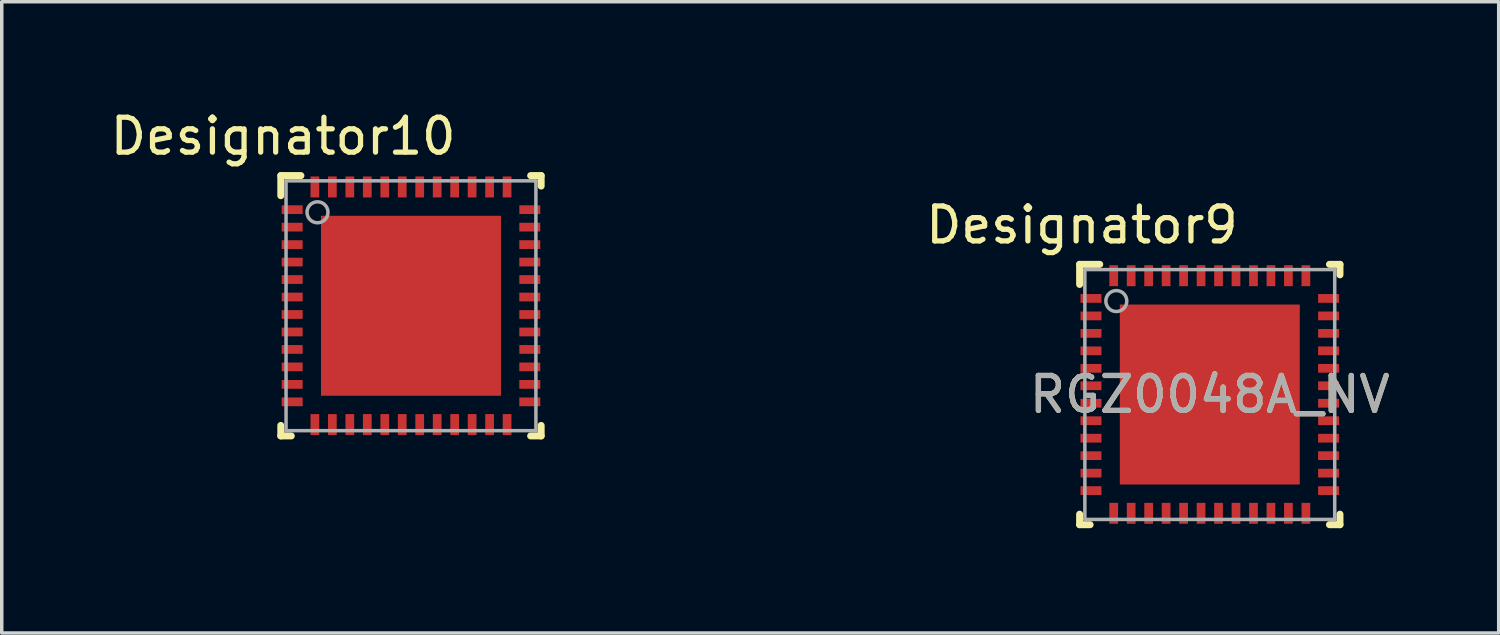
<source format=kicad_pcb>
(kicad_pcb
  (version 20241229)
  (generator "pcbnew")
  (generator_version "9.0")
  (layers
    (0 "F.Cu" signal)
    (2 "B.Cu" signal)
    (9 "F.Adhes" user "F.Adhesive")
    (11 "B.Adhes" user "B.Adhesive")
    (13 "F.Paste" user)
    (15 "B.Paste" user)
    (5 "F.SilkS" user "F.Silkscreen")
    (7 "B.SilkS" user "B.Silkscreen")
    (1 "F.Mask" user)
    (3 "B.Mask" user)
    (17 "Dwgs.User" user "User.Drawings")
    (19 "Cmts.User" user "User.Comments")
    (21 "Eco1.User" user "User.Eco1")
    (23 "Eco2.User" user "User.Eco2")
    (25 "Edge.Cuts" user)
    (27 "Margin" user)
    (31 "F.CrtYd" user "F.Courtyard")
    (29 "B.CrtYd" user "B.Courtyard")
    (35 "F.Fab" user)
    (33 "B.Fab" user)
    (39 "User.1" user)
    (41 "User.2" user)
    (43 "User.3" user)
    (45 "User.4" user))
  (footprint "RGZ0048A_NV"
    (layer "F.Cu")
    (at 31.571 8.24)
    (property "Reference" "RGZ0048A_NV" (at 0 0 0) (unlocked yes) (layer "F.SilkS") (effects (font (size 1 1) (thickness 0.15))))
    (attr smd)
    (fp_line (start -26.585 -6.265) (end -26.01 -6.265) (stroke (width 0.2) (type solid)) (layer "F.SilkS"))
    (fp_line (start -26.585 -5.69) (end -26.585 -6.265) (stroke (width 0.2) (type solid)) (layer "F.SilkS"))
    (fp_line (start -26.585 1.185) (end -26.585 0.885) (stroke (width 0.2) (type solid)) (layer "F.SilkS"))
    (fp_line (start -26.585 1.185) (end -26.285 1.185) (stroke (width 0.2) (type solid)) (layer "F.SilkS"))
    (fp_line (start -19.435 -6.265) (end -19.135 -6.265) (stroke (width 0.2) (type solid)) (layer "F.SilkS"))
    (fp_line (start -19.435 1.185) (end -19.135 1.185) (stroke (width 0.2) (type solid)) (layer "F.SilkS"))
    (fp_line (start -19.135 -5.965) (end -19.135 -6.265) (stroke (width 0.2) (type solid)) (layer "F.SilkS"))
    (fp_line (start -19.135 1.185) (end -19.135 0.885) (stroke (width 0.2) (type solid)) (layer "F.SilkS"))
    (fp_line (start -3.725 -3.725) (end -3.15 -3.725) (stroke (width 0.2) (type solid)) (layer "F.SilkS"))
    (fp_line (start -3.725 -3.15) (end -3.725 -3.725) (stroke (width 0.2) (type solid)) (layer "F.SilkS"))
    (fp_line (start -3.725 3.725) (end -3.725 3.425) (stroke (width 0.2) (type solid)) (layer "F.SilkS"))
    (fp_line (start -3.725 3.725) (end -3.425 3.725) (stroke (width 0.2) (type solid)) (layer "F.SilkS"))
    (fp_line (start 3.425 -3.725) (end 3.725 -3.725) (stroke (width 0.2) (type solid)) (layer "F.SilkS"))
    (fp_line (start 3.425 3.725) (end 3.725 3.725) (stroke (width 0.2) (type solid)) (layer "F.SilkS"))
    (fp_line (start 3.725 -3.425) (end 3.725 -3.725) (stroke (width 0.2) (type solid)) (layer "F.SilkS"))
    (fp_line (start 3.725 3.725) (end 3.725 3.425) (stroke (width 0.2) (type solid)) (layer "F.SilkS"))
    (fp_poly (pts (xy -24.22 -4.912) (xy -24.22 -3.948) (xy -24.221 -3.938) (xy -24.224 -3.929) (xy -24.228 -3.921) (xy -24.234 -3.914) (xy -24.241 -3.908) (xy -24.249 -3.904) (xy -24.258 -3.901) (xy -24.268 -3.9) (xy -25.232 -3.9) (xy -25.242 -3.901) (xy -25.251 -3.904) (xy -25.259 -3.908) (xy -25.266 -3.914) (xy -25.272 -3.921) (xy -25.276 -3.929) (xy -25.279 -3.938) (xy -25.28 -3.948) (xy -25.28 -4.912) (xy -25.279 -4.922) (xy -25.276 -4.931) (xy -25.272 -4.939) (xy -25.266 -4.946) (xy -25.259 -4.952) (xy -25.251 -4.956) (xy -25.242 -4.959) (xy -25.232 -4.96) (xy -24.268 -4.96) (xy -24.258 -4.959) (xy -24.249 -4.956) (xy -24.241 -4.952) (xy -24.234 -4.946) (xy -24.228 -4.939) (xy -24.224 -4.931) (xy -24.221 -4.922)) (stroke (width 0) (type solid)) (fill yes) (layer "F.Paste"))
    (fp_poly (pts (xy -24.22 -3.652) (xy -24.22 -2.688) (xy -24.221 -2.678) (xy -24.224 -2.669) (xy -24.228 -2.661) (xy -24.234 -2.654) (xy -24.241 -2.648) (xy -24.249 -2.644) (xy -24.258 -2.641) (xy -24.268 -2.64) (xy -25.232 -2.64) (xy -25.242 -2.641) (xy -25.251 -2.644) (xy -25.259 -2.648) (xy -25.266 -2.654) (xy -25.272 -2.661) (xy -25.276 -2.669) (xy -25.279 -2.678) (xy -25.28 -2.688) (xy -25.28 -3.652) (xy -25.279 -3.662) (xy -25.276 -3.671) (xy -25.272 -3.679) (xy -25.266 -3.686) (xy -25.259 -3.692) (xy -25.251 -3.696) (xy -25.242 -3.699) (xy -25.232 -3.7) (xy -24.268 -3.7) (xy -24.258 -3.699) (xy -24.249 -3.696) (xy -24.241 -3.692) (xy -24.234 -3.686) (xy -24.228 -3.679) (xy -24.224 -3.671) (xy -24.221 -3.662)) (stroke (width 0) (type solid)) (fill yes) (layer "F.Paste"))
    (fp_poly (pts (xy -24.22 -2.392) (xy -24.22 -1.428) (xy -24.221 -1.418) (xy -24.224 -1.409) (xy -24.228 -1.401) (xy -24.234 -1.394) (xy -24.241 -1.388) (xy -24.249 -1.384) (xy -24.258 -1.381) (xy -24.268 -1.38) (xy -25.232 -1.38) (xy -25.242 -1.381) (xy -25.251 -1.384) (xy -25.259 -1.388) (xy -25.266 -1.394) (xy -25.272 -1.401) (xy -25.276 -1.409) (xy -25.279 -1.418) (xy -25.28 -1.428) (xy -25.28 -2.392) (xy -25.279 -2.402) (xy -25.276 -2.411) (xy -25.272 -2.419) (xy -25.266 -2.426) (xy -25.259 -2.432) (xy -25.251 -2.436) (xy -25.242 -2.439) (xy -25.232 -2.44) (xy -24.268 -2.44) (xy -24.258 -2.439) (xy -24.249 -2.436) (xy -24.241 -2.432) (xy -24.234 -2.426) (xy -24.228 -2.419) (xy -24.224 -2.411) (xy -24.221 -2.402)) (stroke (width 0) (type solid)) (fill yes) (layer "F.Paste"))
    (fp_poly (pts (xy -24.22 -1.132) (xy -24.22 -0.168) (xy -24.221 -0.158) (xy -24.224 -0.149) (xy -24.228 -0.141) (xy -24.234 -0.134) (xy -24.241 -0.128) (xy -24.249 -0.124) (xy -24.258 -0.121) (xy -24.268 -0.12) (xy -25.232 -0.12) (xy -25.242 -0.121) (xy -25.251 -0.124) (xy -25.259 -0.128) (xy -25.266 -0.134) (xy -25.272 -0.141) (xy -25.276 -0.149) (xy -25.279 -0.158) (xy -25.28 -0.168) (xy -25.28 -1.132) (xy -25.279 -1.142) (xy -25.276 -1.151) (xy -25.272 -1.159) (xy -25.266 -1.166) (xy -25.259 -1.172) (xy -25.251 -1.176) (xy -25.242 -1.179) (xy -25.232 -1.18) (xy -24.268 -1.18) (xy -24.258 -1.179) (xy -24.249 -1.176) (xy -24.241 -1.172) (xy -24.234 -1.166) (xy -24.228 -1.159) (xy -24.224 -1.151) (xy -24.221 -1.142)) (stroke (width 0) (type solid)) (fill yes) (layer "F.Paste"))
    (fp_poly (pts (xy -22.96 -4.912) (xy -22.96 -3.948) (xy -22.961 -3.938) (xy -22.964 -3.929) (xy -22.968 -3.921) (xy -22.974 -3.914) (xy -22.981 -3.908) (xy -22.989 -3.904) (xy -22.998 -3.901) (xy -23.008 -3.9) (xy -23.972 -3.9) (xy -23.982 -3.901) (xy -23.991 -3.904) (xy -23.999 -3.908) (xy -24.006 -3.914) (xy -24.012 -3.921) (xy -24.016 -3.929) (xy -24.019 -3.938) (xy -24.02 -3.948) (xy -24.02 -4.912) (xy -24.019 -4.922) (xy -24.016 -4.931) (xy -24.012 -4.939) (xy -24.006 -4.946) (xy -23.999 -4.952) (xy -23.991 -4.956) (xy -23.982 -4.959) (xy -23.972 -4.96) (xy -23.008 -4.96) (xy -22.998 -4.959) (xy -22.989 -4.956) (xy -22.981 -4.952) (xy -22.974 -4.946) (xy -22.968 -4.939) (xy -22.964 -4.931) (xy -22.961 -4.922)) (stroke (width 0) (type solid)) (fill yes) (layer "F.Paste"))
    (fp_poly (pts (xy -22.96 -3.652) (xy -22.96 -2.688) (xy -22.961 -2.678) (xy -22.964 -2.669) (xy -22.968 -2.661) (xy -22.974 -2.654) (xy -22.981 -2.648) (xy -22.989 -2.644) (xy -22.998 -2.641) (xy -23.008 -2.64) (xy -23.972 -2.64) (xy -23.982 -2.641) (xy -23.991 -2.644) (xy -23.999 -2.648) (xy -24.006 -2.654) (xy -24.012 -2.661) (xy -24.016 -2.669) (xy -24.019 -2.678) (xy -24.02 -2.688) (xy -24.02 -3.652) (xy -24.019 -3.662) (xy -24.016 -3.671) (xy -24.012 -3.679) (xy -24.006 -3.686) (xy -23.999 -3.692) (xy -23.991 -3.696) (xy -23.982 -3.699) (xy -23.972 -3.7) (xy -23.008 -3.7) (xy -22.998 -3.699) (xy -22.989 -3.696) (xy -22.981 -3.692) (xy -22.974 -3.686) (xy -22.968 -3.679) (xy -22.964 -3.671) (xy -22.961 -3.662)) (stroke (width 0) (type solid)) (fill yes) (layer "F.Paste"))
    (fp_poly (pts (xy -22.96 -2.392) (xy -22.96 -1.428) (xy -22.961 -1.418) (xy -22.964 -1.409) (xy -22.968 -1.401) (xy -22.974 -1.394) (xy -22.981 -1.388) (xy -22.989 -1.384) (xy -22.998 -1.381) (xy -23.008 -1.38) (xy -23.972 -1.38) (xy -23.982 -1.381) (xy -23.991 -1.384) (xy -23.999 -1.388) (xy -24.006 -1.394) (xy -24.012 -1.401) (xy -24.016 -1.409) (xy -24.019 -1.418) (xy -24.02 -1.428) (xy -24.02 -2.392) (xy -24.019 -2.402) (xy -24.016 -2.411) (xy -24.012 -2.419) (xy -24.006 -2.426) (xy -23.999 -2.432) (xy -23.991 -2.436) (xy -23.982 -2.439) (xy -23.972 -2.44) (xy -23.008 -2.44) (xy -22.998 -2.439) (xy -22.989 -2.436) (xy -22.981 -2.432) (xy -22.974 -2.426) (xy -22.968 -2.419) (xy -22.964 -2.411) (xy -22.961 -2.402)) (stroke (width 0) (type solid)) (fill yes) (layer "F.Paste"))
    (fp_poly (pts (xy -22.96 -1.132) (xy -22.96 -0.168) (xy -22.961 -0.158) (xy -22.964 -0.149) (xy -22.968 -0.141) (xy -22.974 -0.134) (xy -22.981 -0.128) (xy -22.989 -0.124) (xy -22.998 -0.121) (xy -23.008 -0.12) (xy -23.972 -0.12) (xy -23.982 -0.121) (xy -23.991 -0.124) (xy -23.999 -0.128) (xy -24.006 -0.134) (xy -24.012 -0.141) (xy -24.016 -0.149) (xy -24.019 -0.158) (xy -24.02 -0.168) (xy -24.02 -1.132) (xy -24.019 -1.142) (xy -24.016 -1.151) (xy -24.012 -1.159) (xy -24.006 -1.166) (xy -23.999 -1.172) (xy -23.991 -1.176) (xy -23.982 -1.179) (xy -23.972 -1.18) (xy -23.008 -1.18) (xy -22.998 -1.179) (xy -22.989 -1.176) (xy -22.981 -1.172) (xy -22.974 -1.166) (xy -22.968 -1.159) (xy -22.964 -1.151) (xy -22.961 -1.142)) (stroke (width 0) (type solid)) (fill yes) (layer "F.Paste"))
    (fp_poly (pts (xy -22.76 -3.948) (xy -22.76 -4.912) (xy -22.759 -4.922) (xy -22.756 -4.931) (xy -22.752 -4.939) (xy -22.746 -4.946) (xy -22.739 -4.952) (xy -22.731 -4.956) (xy -22.722 -4.959) (xy -22.712 -4.96) (xy -21.748 -4.96) (xy -21.738 -4.959) (xy -21.729 -4.956) (xy -21.721 -4.952) (xy -21.714 -4.946) (xy -21.708 -4.939) (xy -21.704 -4.931) (xy -21.701 -4.922) (xy -21.7 -4.912) (xy -21.7 -3.948) (xy -21.701 -3.938) (xy -21.704 -3.929) (xy -21.708 -3.921) (xy -21.714 -3.914) (xy -21.721 -3.908) (xy -21.729 -3.904) (xy -21.738 -3.901) (xy -21.748 -3.9) (xy -22.712 -3.9) (xy -22.722 -3.901) (xy -22.731 -3.904) (xy -22.739 -3.908) (xy -22.746 -3.914) (xy -22.752 -3.921) (xy -22.756 -3.929) (xy -22.759 -3.938)) (stroke (width 0) (type solid)) (fill yes) (layer "F.Paste"))
    (fp_poly (pts (xy -22.76 -2.688) (xy -22.76 -3.652) (xy -22.759 -3.662) (xy -22.756 -3.671) (xy -22.752 -3.679) (xy -22.746 -3.686) (xy -22.739 -3.692) (xy -22.731 -3.696) (xy -22.722 -3.699) (xy -22.712 -3.7) (xy -21.748 -3.7) (xy -21.738 -3.699) (xy -21.729 -3.696) (xy -21.721 -3.692) (xy -21.714 -3.686) (xy -21.708 -3.679) (xy -21.704 -3.671) (xy -21.701 -3.662) (xy -21.7 -3.652) (xy -21.7 -2.688) (xy -21.701 -2.678) (xy -21.704 -2.669) (xy -21.708 -2.661) (xy -21.714 -2.654) (xy -21.721 -2.648) (xy -21.729 -2.644) (xy -21.738 -2.641) (xy -21.748 -2.64) (xy -22.712 -2.64) (xy -22.722 -2.641) (xy -22.731 -2.644) (xy -22.739 -2.648) (xy -22.746 -2.654) (xy -22.752 -2.661) (xy -22.756 -2.669) (xy -22.759 -2.678)) (stroke (width 0) (type solid)) (fill yes) (layer "F.Paste"))
    (fp_poly (pts (xy -22.76 -1.428) (xy -22.76 -2.392) (xy -22.759 -2.402) (xy -22.756 -2.411) (xy -22.752 -2.419) (xy -22.746 -2.426) (xy -22.739 -2.432) (xy -22.731 -2.436) (xy -22.722 -2.439) (xy -22.712 -2.44) (xy -21.748 -2.44) (xy -21.738 -2.439) (xy -21.729 -2.436) (xy -21.721 -2.432) (xy -21.714 -2.426) (xy -21.708 -2.419) (xy -21.704 -2.411) (xy -21.701 -2.402) (xy -21.7 -2.392) (xy -21.7 -1.428) (xy -21.701 -1.418) (xy -21.704 -1.409) (xy -21.708 -1.401) (xy -21.714 -1.394) (xy -21.721 -1.388) (xy -21.729 -1.384) (xy -21.738 -1.381) (xy -21.748 -1.38) (xy -22.712 -1.38) (xy -22.722 -1.381) (xy -22.731 -1.384) (xy -22.739 -1.388) (xy -22.746 -1.394) (xy -22.752 -1.401) (xy -22.756 -1.409) (xy -22.759 -1.418)) (stroke (width 0) (type solid)) (fill yes) (layer "F.Paste"))
    (fp_poly (pts (xy -22.76 -0.168) (xy -22.76 -1.132) (xy -22.759 -1.142) (xy -22.756 -1.151) (xy -22.752 -1.159) (xy -22.746 -1.166) (xy -22.739 -1.172) (xy -22.731 -1.176) (xy -22.722 -1.179) (xy -22.712 -1.18) (xy -21.748 -1.18) (xy -21.738 -1.179) (xy -21.729 -1.176) (xy -21.721 -1.172) (xy -21.714 -1.166) (xy -21.708 -1.159) (xy -21.704 -1.151) (xy -21.701 -1.142) (xy -21.7 -1.132) (xy -21.7 -0.168) (xy -21.701 -0.158) (xy -21.704 -0.149) (xy -21.708 -0.141) (xy -21.714 -0.134) (xy -21.721 -0.128) (xy -21.729 -0.124) (xy -21.738 -0.121) (xy -21.748 -0.12) (xy -22.712 -0.12) (xy -22.722 -0.121) (xy -22.731 -0.124) (xy -22.739 -0.128) (xy -22.746 -0.134) (xy -22.752 -0.141) (xy -22.756 -0.149) (xy -22.759 -0.158)) (stroke (width 0) (type solid)) (fill yes) (layer "F.Paste"))
    (fp_poly (pts (xy -21.5 -3.948) (xy -21.5 -4.912) (xy -21.499 -4.922) (xy -21.496 -4.931) (xy -21.492 -4.939) (xy -21.486 -4.946) (xy -21.479 -4.952) (xy -21.471 -4.956) (xy -21.462 -4.959) (xy -21.452 -4.96) (xy -20.488 -4.96) (xy -20.478 -4.959) (xy -20.469 -4.956) (xy -20.461 -4.952) (xy -20.454 -4.946) (xy -20.448 -4.939) (xy -20.444 -4.931) (xy -20.441 -4.922) (xy -20.44 -4.912) (xy -20.44 -3.948) (xy -20.441 -3.938) (xy -20.444 -3.929) (xy -20.448 -3.921) (xy -20.454 -3.914) (xy -20.461 -3.908) (xy -20.469 -3.904) (xy -20.478 -3.901) (xy -20.488 -3.9) (xy -21.452 -3.9) (xy -21.462 -3.901) (xy -21.471 -3.904) (xy -21.479 -3.908) (xy -21.486 -3.914) (xy -21.492 -3.921) (xy -21.496 -3.929) (xy -21.499 -3.938)) (stroke (width 0) (type solid)) (fill yes) (layer "F.Paste"))
    (fp_poly (pts (xy -21.5 -2.688) (xy -21.5 -3.652) (xy -21.499 -3.662) (xy -21.496 -3.671) (xy -21.492 -3.679) (xy -21.486 -3.686) (xy -21.479 -3.692) (xy -21.471 -3.696) (xy -21.462 -3.699) (xy -21.452 -3.7) (xy -20.488 -3.7) (xy -20.478 -3.699) (xy -20.469 -3.696) (xy -20.461 -3.692) (xy -20.454 -3.686) (xy -20.448 -3.679) (xy -20.444 -3.671) (xy -20.441 -3.662) (xy -20.44 -3.652) (xy -20.44 -2.688) (xy -20.441 -2.678) (xy -20.444 -2.669) (xy -20.448 -2.661) (xy -20.454 -2.654) (xy -20.461 -2.648) (xy -20.469 -2.644) (xy -20.478 -2.641) (xy -20.488 -2.64) (xy -21.452 -2.64) (xy -21.462 -2.641) (xy -21.471 -2.644) (xy -21.479 -2.648) (xy -21.486 -2.654) (xy -21.492 -2.661) (xy -21.496 -2.669) (xy -21.499 -2.678)) (stroke (width 0) (type solid)) (fill yes) (layer "F.Paste"))
    (fp_poly (pts (xy -21.5 -1.428) (xy -21.5 -2.392) (xy -21.499 -2.402) (xy -21.496 -2.411) (xy -21.492 -2.419) (xy -21.486 -2.426) (xy -21.479 -2.432) (xy -21.471 -2.436) (xy -21.462 -2.439) (xy -21.452 -2.44) (xy -20.488 -2.44) (xy -20.478 -2.439) (xy -20.469 -2.436) (xy -20.461 -2.432) (xy -20.454 -2.426) (xy -20.448 -2.419) (xy -20.444 -2.411) (xy -20.441 -2.402) (xy -20.44 -2.392) (xy -20.44 -1.428) (xy -20.441 -1.418) (xy -20.444 -1.409) (xy -20.448 -1.401) (xy -20.454 -1.394) (xy -20.461 -1.388) (xy -20.469 -1.384) (xy -20.478 -1.381) (xy -20.488 -1.38) (xy -21.452 -1.38) (xy -21.462 -1.381) (xy -21.471 -1.384) (xy -21.479 -1.388) (xy -21.486 -1.394) (xy -21.492 -1.401) (xy -21.496 -1.409) (xy -21.499 -1.418)) (stroke (width 0) (type solid)) (fill yes) (layer "F.Paste"))
    (fp_poly (pts (xy -21.5 -0.168) (xy -21.5 -1.132) (xy -21.499 -1.142) (xy -21.496 -1.151) (xy -21.492 -1.159) (xy -21.486 -1.166) (xy -21.479 -1.172) (xy -21.471 -1.176) (xy -21.462 -1.179) (xy -21.452 -1.18) (xy -20.488 -1.18) (xy -20.478 -1.179) (xy -20.469 -1.176) (xy -20.461 -1.172) (xy -20.454 -1.166) (xy -20.448 -1.159) (xy -20.444 -1.151) (xy -20.441 -1.142) (xy -20.44 -1.132) (xy -20.44 -0.168) (xy -20.441 -0.158) (xy -20.444 -0.149) (xy -20.448 -0.141) (xy -20.454 -0.134) (xy -20.461 -0.128) (xy -20.469 -0.124) (xy -20.478 -0.121) (xy -20.488 -0.12) (xy -21.452 -0.12) (xy -21.462 -0.121) (xy -21.471 -0.124) (xy -21.479 -0.128) (xy -21.486 -0.134) (xy -21.492 -0.141) (xy -21.496 -0.149) (xy -21.499 -0.158)) (stroke (width 0) (type solid)) (fill yes) (layer "F.Paste"))
    (fp_poly (pts (xy -1.36 -2.372) (xy -1.36 -1.408) (xy -1.361 -1.398) (xy -1.364 -1.389) (xy -1.368 -1.381) (xy -1.374 -1.374) (xy -1.381 -1.368) (xy -1.389 -1.364) (xy -1.398 -1.361) (xy -1.408 -1.36) (xy -2.372 -1.36) (xy -2.382 -1.361) (xy -2.391 -1.364) (xy -2.399 -1.368) (xy -2.406 -1.374) (xy -2.412 -1.381) (xy -2.416 -1.389) (xy -2.419 -1.398) (xy -2.42 -1.408) (xy -2.42 -2.372) (xy -2.419 -2.382) (xy -2.416 -2.391) (xy -2.412 -2.399) (xy -2.406 -2.406) (xy -2.399 -2.412) (xy -2.391 -2.416) (xy -2.382 -2.419) (xy -2.372 -2.42) (xy -1.408 -2.42) (xy -1.398 -2.419) (xy -1.389 -2.416) (xy -1.381 -2.412) (xy -1.374 -2.406) (xy -1.368 -2.399) (xy -1.364 -2.391) (xy -1.361 -2.382)) (stroke (width 0) (type solid)) (fill yes) (layer "F.Paste"))
    (fp_poly (pts (xy -1.36 -1.112) (xy -1.36 -0.148) (xy -1.361 -0.138) (xy -1.364 -0.129) (xy -1.368 -0.121) (xy -1.374 -0.114) (xy -1.381 -0.108) (xy -1.389 -0.104) (xy -1.398 -0.101) (xy -1.408 -0.1) (xy -2.372 -0.1) (xy -2.382 -0.101) (xy -2.391 -0.104) (xy -2.399 -0.108) (xy -2.406 -0.114) (xy -2.412 -0.121) (xy -2.416 -0.129) (xy -2.419 -0.138) (xy -2.42 -0.148) (xy -2.42 -1.112) (xy -2.419 -1.122) (xy -2.416 -1.131) (xy -2.412 -1.139) (xy -2.406 -1.146) (xy -2.399 -1.152) (xy -2.391 -1.156) (xy -2.382 -1.159) (xy -2.372 -1.16) (xy -1.408 -1.16) (xy -1.398 -1.159) (xy -1.389 -1.156) (xy -1.381 -1.152) (xy -1.374 -1.146) (xy -1.368 -1.139) (xy -1.364 -1.131) (xy -1.361 -1.122)) (stroke (width 0) (type solid)) (fill yes) (layer "F.Paste"))
    (fp_poly (pts (xy -1.36 0.148) (xy -1.36 1.112) (xy -1.361 1.122) (xy -1.364 1.131) (xy -1.368 1.139) (xy -1.374 1.146) (xy -1.381 1.152) (xy -1.389 1.156) (xy -1.398 1.159) (xy -1.408 1.16) (xy -2.372 1.16) (xy -2.382 1.159) (xy -2.391 1.156) (xy -2.399 1.152) (xy -2.406 1.146) (xy -2.412 1.139) (xy -2.416 1.131) (xy -2.419 1.122) (xy -2.42 1.112) (xy -2.42 0.148) (xy -2.419 0.138) (xy -2.416 0.129) (xy -2.412 0.121) (xy -2.406 0.114) (xy -2.399 0.108) (xy -2.391 0.104) (xy -2.382 0.101) (xy -2.372 0.1) (xy -1.408 0.1) (xy -1.398 0.101) (xy -1.389 0.104) (xy -1.381 0.108) (xy -1.374 0.114) (xy -1.368 0.121) (xy -1.364 0.129) (xy -1.361 0.138)) (stroke (width 0) (type solid)) (fill yes) (layer "F.Paste"))
    (fp_poly (pts (xy -1.36 1.408) (xy -1.36 2.372) (xy -1.361 2.382) (xy -1.364 2.391) (xy -1.368 2.399) (xy -1.374 2.406) (xy -1.381 2.412) (xy -1.389 2.416) (xy -1.398 2.419) (xy -1.408 2.42) (xy -2.372 2.42) (xy -2.382 2.419) (xy -2.391 2.416) (xy -2.399 2.412) (xy -2.406 2.406) (xy -2.412 2.399) (xy -2.416 2.391) (xy -2.419 2.382) (xy -2.42 2.372) (xy -2.42 1.408) (xy -2.419 1.398) (xy -2.416 1.389) (xy -2.412 1.381) (xy -2.406 1.374) (xy -2.399 1.368) (xy -2.391 1.364) (xy -2.382 1.361) (xy -2.372 1.36) (xy -1.408 1.36) (xy -1.398 1.361) (xy -1.389 1.364) (xy -1.381 1.368) (xy -1.374 1.374) (xy -1.368 1.381) (xy -1.364 1.389) (xy -1.361 1.398)) (stroke (width 0) (type solid)) (fill yes) (layer "F.Paste"))
    (fp_poly (pts (xy -0.1 -2.372) (xy -0.1 -1.408) (xy -0.101 -1.398) (xy -0.104 -1.389) (xy -0.108 -1.381) (xy -0.114 -1.374) (xy -0.121 -1.368) (xy -0.129 -1.364) (xy -0.138 -1.361) (xy -0.148 -1.36) (xy -1.112 -1.36) (xy -1.122 -1.361) (xy -1.131 -1.364) (xy -1.139 -1.368) (xy -1.146 -1.374) (xy -1.152 -1.381) (xy -1.156 -1.389) (xy -1.159 -1.398) (xy -1.16 -1.408) (xy -1.16 -2.372) (xy -1.159 -2.382) (xy -1.156 -2.391) (xy -1.152 -2.399) (xy -1.146 -2.406) (xy -1.139 -2.412) (xy -1.131 -2.416) (xy -1.122 -2.419) (xy -1.112 -2.42) (xy -0.148 -2.42) (xy -0.138 -2.419) (xy -0.129 -2.416) (xy -0.121 -2.412) (xy -0.114 -2.406) (xy -0.108 -2.399) (xy -0.104 -2.391) (xy -0.101 -2.382)) (stroke (width 0) (type solid)) (fill yes) (layer "F.Paste"))
    (fp_poly (pts (xy -0.1 -1.112) (xy -0.1 -0.148) (xy -0.101 -0.138) (xy -0.104 -0.129) (xy -0.108 -0.121) (xy -0.114 -0.114) (xy -0.121 -0.108) (xy -0.129 -0.104) (xy -0.138 -0.101) (xy -0.148 -0.1) (xy -1.112 -0.1) (xy -1.122 -0.101) (xy -1.131 -0.104) (xy -1.139 -0.108) (xy -1.146 -0.114) (xy -1.152 -0.121) (xy -1.156 -0.129) (xy -1.159 -0.138) (xy -1.16 -0.148) (xy -1.16 -1.112) (xy -1.159 -1.122) (xy -1.156 -1.131) (xy -1.152 -1.139) (xy -1.146 -1.146) (xy -1.139 -1.152) (xy -1.131 -1.156) (xy -1.122 -1.159) (xy -1.112 -1.16) (xy -0.148 -1.16) (xy -0.138 -1.159) (xy -0.129 -1.156) (xy -0.121 -1.152) (xy -0.114 -1.146) (xy -0.108 -1.139) (xy -0.104 -1.131) (xy -0.101 -1.122)) (stroke (width 0) (type solid)) (fill yes) (layer "F.Paste"))
    (fp_poly (pts (xy -0.1 0.148) (xy -0.1 1.112) (xy -0.101 1.122) (xy -0.104 1.131) (xy -0.108 1.139) (xy -0.114 1.146) (xy -0.121 1.152) (xy -0.129 1.156) (xy -0.138 1.159) (xy -0.148 1.16) (xy -1.112 1.16) (xy -1.122 1.159) (xy -1.131 1.156) (xy -1.139 1.152) (xy -1.146 1.146) (xy -1.152 1.139) (xy -1.156 1.131) (xy -1.159 1.122) (xy -1.16 1.112) (xy -1.16 0.148) (xy -1.159 0.138) (xy -1.156 0.129) (xy -1.152 0.121) (xy -1.146 0.114) (xy -1.139 0.108) (xy -1.131 0.104) (xy -1.122 0.101) (xy -1.112 0.1) (xy -0.148 0.1) (xy -0.138 0.101) (xy -0.129 0.104) (xy -0.121 0.108) (xy -0.114 0.114) (xy -0.108 0.121) (xy -0.104 0.129) (xy -0.101 0.138)) (stroke (width 0) (type solid)) (fill yes) (layer "F.Paste"))
    (fp_poly (pts (xy -0.1 1.408) (xy -0.1 2.372) (xy -0.101 2.382) (xy -0.104 2.391) (xy -0.108 2.399) (xy -0.114 2.406) (xy -0.121 2.412) (xy -0.129 2.416) (xy -0.138 2.419) (xy -0.148 2.42) (xy -1.112 2.42) (xy -1.122 2.419) (xy -1.131 2.416) (xy -1.139 2.412) (xy -1.146 2.406) (xy -1.152 2.399) (xy -1.156 2.391) (xy -1.159 2.382) (xy -1.16 2.372) (xy -1.16 1.408) (xy -1.159 1.398) (xy -1.156 1.389) (xy -1.152 1.381) (xy -1.146 1.374) (xy -1.139 1.368) (xy -1.131 1.364) (xy -1.122 1.361) (xy -1.112 1.36) (xy -0.148 1.36) (xy -0.138 1.361) (xy -0.129 1.364) (xy -0.121 1.368) (xy -0.114 1.374) (xy -0.108 1.381) (xy -0.104 1.389) (xy -0.101 1.398)) (stroke (width 0) (type solid)) (fill yes) (layer "F.Paste"))
    (fp_poly (pts (xy 0.1 -1.408) (xy 0.1 -2.372) (xy 0.101 -2.382) (xy 0.104 -2.391) (xy 0.108 -2.399) (xy 0.114 -2.406) (xy 0.121 -2.412) (xy 0.129 -2.416) (xy 0.138 -2.419) (xy 0.148 -2.42) (xy 1.112 -2.42) (xy 1.122 -2.419) (xy 1.131 -2.416) (xy 1.139 -2.412) (xy 1.146 -2.406) (xy 1.152 -2.399) (xy 1.156 -2.391) (xy 1.159 -2.382) (xy 1.16 -2.372) (xy 1.16 -1.408) (xy 1.159 -1.398) (xy 1.156 -1.389) (xy 1.152 -1.381) (xy 1.146 -1.374) (xy 1.139 -1.368) (xy 1.131 -1.364) (xy 1.122 -1.361) (xy 1.112 -1.36) (xy 0.148 -1.36) (xy 0.138 -1.361) (xy 0.129 -1.364) (xy 0.121 -1.368) (xy 0.114 -1.374) (xy 0.108 -1.381) (xy 0.104 -1.389) (xy 0.101 -1.398)) (stroke (width 0) (type solid)) (fill yes) (layer "F.Paste"))
    (fp_poly (pts (xy 0.1 -0.148) (xy 0.1 -1.112) (xy 0.101 -1.122) (xy 0.104 -1.131) (xy 0.108 -1.139) (xy 0.114 -1.146) (xy 0.121 -1.152) (xy 0.129 -1.156) (xy 0.138 -1.159) (xy 0.148 -1.16) (xy 1.112 -1.16) (xy 1.122 -1.159) (xy 1.131 -1.156) (xy 1.139 -1.152) (xy 1.146 -1.146) (xy 1.152 -1.139) (xy 1.156 -1.131) (xy 1.159 -1.122) (xy 1.16 -1.112) (xy 1.16 -0.148) (xy 1.159 -0.138) (xy 1.156 -0.129) (xy 1.152 -0.121) (xy 1.146 -0.114) (xy 1.139 -0.108) (xy 1.131 -0.104) (xy 1.122 -0.101) (xy 1.112 -0.1) (xy 0.148 -0.1) (xy 0.138 -0.101) (xy 0.129 -0.104) (xy 0.121 -0.108) (xy 0.114 -0.114) (xy 0.108 -0.121) (xy 0.104 -0.129) (xy 0.101 -0.138)) (stroke (width 0) (type solid)) (fill yes) (layer "F.Paste"))
    (fp_poly (pts (xy 0.1 1.112) (xy 0.1 0.148) (xy 0.101 0.138) (xy 0.104 0.129) (xy 0.108 0.121) (xy 0.114 0.114) (xy 0.121 0.108) (xy 0.129 0.104) (xy 0.138 0.101) (xy 0.148 0.1) (xy 1.112 0.1) (xy 1.122 0.101) (xy 1.131 0.104) (xy 1.139 0.108) (xy 1.146 0.114) (xy 1.152 0.121) (xy 1.156 0.129) (xy 1.159 0.138) (xy 1.16 0.148) (xy 1.16 1.112) (xy 1.159 1.122) (xy 1.156 1.131) (xy 1.152 1.139) (xy 1.146 1.146) (xy 1.139 1.152) (xy 1.131 1.156) (xy 1.122 1.159) (xy 1.112 1.16) (xy 0.148 1.16) (xy 0.138 1.159) (xy 0.129 1.156) (xy 0.121 1.152) (xy 0.114 1.146) (xy 0.108 1.139) (xy 0.104 1.131) (xy 0.101 1.122)) (stroke (width 0) (type solid)) (fill yes) (layer "F.Paste"))
    (fp_poly (pts (xy 0.1 2.372) (xy 0.1 1.408) (xy 0.101 1.398) (xy 0.104 1.389) (xy 0.108 1.381) (xy 0.114 1.374) (xy 0.121 1.368) (xy 0.129 1.364) (xy 0.138 1.361) (xy 0.148 1.36) (xy 1.112 1.36) (xy 1.122 1.361) (xy 1.131 1.364) (xy 1.139 1.368) (xy 1.146 1.374) (xy 1.152 1.381) (xy 1.156 1.389) (xy 1.159 1.398) (xy 1.16 1.408) (xy 1.16 2.372) (xy 1.159 2.382) (xy 1.156 2.391) (xy 1.152 2.399) (xy 1.146 2.406) (xy 1.139 2.412) (xy 1.131 2.416) (xy 1.122 2.419) (xy 1.112 2.42) (xy 0.148 2.42) (xy 0.138 2.419) (xy 0.129 2.416) (xy 0.121 2.412) (xy 0.114 2.406) (xy 0.108 2.399) (xy 0.104 2.391) (xy 0.101 2.382)) (stroke (width 0) (type solid)) (fill yes) (layer "F.Paste"))
    (fp_poly (pts (xy 1.36 -1.408) (xy 1.36 -2.372) (xy 1.361 -2.382) (xy 1.364 -2.391) (xy 1.368 -2.399) (xy 1.374 -2.406) (xy 1.381 -2.412) (xy 1.389 -2.416) (xy 1.398 -2.419) (xy 1.408 -2.42) (xy 2.372 -2.42) (xy 2.382 -2.419) (xy 2.391 -2.416) (xy 2.399 -2.412) (xy 2.406 -2.406) (xy 2.412 -2.399) (xy 2.416 -2.391) (xy 2.419 -2.382) (xy 2.42 -2.372) (xy 2.42 -1.408) (xy 2.419 -1.398) (xy 2.416 -1.389) (xy 2.412 -1.381) (xy 2.406 -1.374) (xy 2.399 -1.368) (xy 2.391 -1.364) (xy 2.382 -1.361) (xy 2.372 -1.36) (xy 1.408 -1.36) (xy 1.398 -1.361) (xy 1.389 -1.364) (xy 1.381 -1.368) (xy 1.374 -1.374) (xy 1.368 -1.381) (xy 1.364 -1.389) (xy 1.361 -1.398)) (stroke (width 0) (type solid)) (fill yes) (layer "F.Paste"))
    (fp_poly (pts (xy 1.36 -0.148) (xy 1.36 -1.112) (xy 1.361 -1.122) (xy 1.364 -1.131) (xy 1.368 -1.139) (xy 1.374 -1.146) (xy 1.381 -1.152) (xy 1.389 -1.156) (xy 1.398 -1.159) (xy 1.408 -1.16) (xy 2.372 -1.16) (xy 2.382 -1.159) (xy 2.391 -1.156) (xy 2.399 -1.152) (xy 2.406 -1.146) (xy 2.412 -1.139) (xy 2.416 -1.131) (xy 2.419 -1.122) (xy 2.42 -1.112) (xy 2.42 -0.148) (xy 2.419 -0.138) (xy 2.416 -0.129) (xy 2.412 -0.121) (xy 2.406 -0.114) (xy 2.399 -0.108) (xy 2.391 -0.104) (xy 2.382 -0.101) (xy 2.372 -0.1) (xy 1.408 -0.1) (xy 1.398 -0.101) (xy 1.389 -0.104) (xy 1.381 -0.108) (xy 1.374 -0.114) (xy 1.368 -0.121) (xy 1.364 -0.129) (xy 1.361 -0.138)) (stroke (width 0) (type solid)) (fill yes) (layer "F.Paste"))
    (fp_poly (pts (xy 1.36 1.112) (xy 1.36 0.148) (xy 1.361 0.138) (xy 1.364 0.129) (xy 1.368 0.121) (xy 1.374 0.114) (xy 1.381 0.108) (xy 1.389 0.104) (xy 1.398 0.101) (xy 1.408 0.1) (xy 2.372 0.1) (xy 2.382 0.101) (xy 2.391 0.104) (xy 2.399 0.108) (xy 2.406 0.114) (xy 2.412 0.121) (xy 2.416 0.129) (xy 2.419 0.138) (xy 2.42 0.148) (xy 2.42 1.112) (xy 2.419 1.122) (xy 2.416 1.131) (xy 2.412 1.139) (xy 2.406 1.146) (xy 2.399 1.152) (xy 2.391 1.156) (xy 2.382 1.159) (xy 2.372 1.16) (xy 1.408 1.16) (xy 1.398 1.159) (xy 1.389 1.156) (xy 1.381 1.152) (xy 1.374 1.146) (xy 1.368 1.139) (xy 1.364 1.131) (xy 1.361 1.122)) (stroke (width 0) (type solid)) (fill yes) (layer "F.Paste"))
    (fp_poly (pts (xy 1.36 2.372) (xy 1.36 1.408) (xy 1.361 1.398) (xy 1.364 1.389) (xy 1.368 1.381) (xy 1.374 1.374) (xy 1.381 1.368) (xy 1.389 1.364) (xy 1.398 1.361) (xy 1.408 1.36) (xy 2.372 1.36) (xy 2.382 1.361) (xy 2.391 1.364) (xy 2.399 1.368) (xy 2.406 1.374) (xy 2.412 1.381) (xy 2.416 1.389) (xy 2.419 1.398) (xy 2.42 1.408) (xy 2.42 2.372) (xy 2.419 2.382) (xy 2.416 2.391) (xy 2.412 2.399) (xy 2.406 2.406) (xy 2.399 2.412) (xy 2.391 2.416) (xy 2.382 2.419) (xy 2.372 2.42) (xy 1.408 2.42) (xy 1.398 2.419) (xy 1.389 2.416) (xy 1.381 2.412) (xy 1.374 2.406) (xy 1.368 2.399) (xy 1.364 2.391) (xy 1.361 2.382)) (stroke (width 0) (type solid)) (fill yes) (layer "F.Paste"))
    (fp_line (start -26.435 -6.115) (end -19.285 -6.115) (stroke (width 0.1) (type solid)) (layer "F.Fab"))
    (fp_line (start -26.435 1.035) (end -26.435 -6.115) (stroke (width 0.1) (type solid)) (layer "F.Fab"))
    (fp_line (start -26.435 1.035) (end -19.285 1.035) (stroke (width 0.1) (type solid)) (layer "F.Fab"))
    (fp_line (start -19.285 1.035) (end -19.285 -6.115) (stroke (width 0.1) (type solid)) (layer "F.Fab"))
    (fp_line (start -3.575 -3.575) (end 3.575 -3.575) (stroke (width 0.1) (type solid)) (layer "F.Fab"))
    (fp_line (start -3.575 3.575) (end -3.575 -3.575) (stroke (width 0.1) (type solid)) (layer "F.Fab"))
    (fp_line (start -3.575 3.575) (end 3.575 3.575) (stroke (width 0.1) (type solid)) (layer "F.Fab"))
    (fp_line (start 3.575 3.575) (end 3.575 -3.575) (stroke (width 0.1) (type solid)) (layer "F.Fab"))
    (fp_circle (center -25.535 -5.215) (end -25.235 -5.215) (stroke (width 0.1) (type solid)) (fill no) (layer "F.Fab"))
    (fp_circle (center -2.675 -2.675) (end -2.375 -2.675) (stroke (width 0.1) (type solid)) (fill no) (layer "F.Fab"))
    (fp_text user "Designator10" (at -26.518 -7.391 0) (unlocked yes) (layer "F.SilkS") (effects (font (size 1 1) (thickness 0.15))))
    (fp_text user "Designator9" (at -3.658 -4.851 0) (unlocked yes) (layer "F.SilkS") (effects (font (size 1 1) (thickness 0.15))))
    (fp_text user "${REFERENCE}" (at 0 0 0) (unlocked yes) (layer "F.Fab") (effects (font (size 1 1) (thickness 0.15))))
    (pad "1" smd rect (at -26.26 -5.29 90) (size 0.25 0.6) (layers "F.Cu" "F.Mask" "F.Paste"))
    (pad "1" smd rect (at -3.4 -2.75 90) (size 0.25 0.6) (layers "F.Cu" "F.Mask" "F.Paste"))
    (pad "2" smd rect (at -26.26 -4.79 90) (size 0.25 0.6) (layers "F.Cu" "F.Mask" "F.Paste"))
    (pad "2" smd rect (at -3.4 -2.25 90) (size 0.25 0.6) (layers "F.Cu" "F.Mask" "F.Paste"))
    (pad "3" smd rect (at -26.26 -4.29 90) (size 0.25 0.6) (layers "F.Cu" "F.Mask" "F.Paste"))
    (pad "3" smd rect (at -3.4 -1.75 90) (size 0.25 0.6) (layers "F.Cu" "F.Mask" "F.Paste"))
    (pad "4" smd rect (at -26.26 -3.79 90) (size 0.25 0.6) (layers "F.Cu" "F.Mask" "F.Paste"))
    (pad "4" smd rect (at -3.4 -1.25 90) (size 0.25 0.6) (layers "F.Cu" "F.Mask" "F.Paste"))
    (pad "5" smd rect (at -26.26 -3.29 90) (size 0.25 0.6) (layers "F.Cu" "F.Mask" "F.Paste"))
    (pad "5" smd rect (at -3.4 -0.75 90) (size 0.25 0.6) (layers "F.Cu" "F.Mask" "F.Paste"))
    (pad "6" smd rect (at -26.26 -2.79 90) (size 0.25 0.6) (layers "F.Cu" "F.Mask" "F.Paste"))
    (pad "6" smd rect (at -3.4 -0.25 90) (size 0.25 0.6) (layers "F.Cu" "F.Mask" "F.Paste"))
    (pad "7" smd rect (at -26.26 -2.29 90) (size 0.25 0.6) (layers "F.Cu" "F.Mask" "F.Paste"))
    (pad "7" smd rect (at -3.4 0.25 90) (size 0.25 0.6) (layers "F.Cu" "F.Mask" "F.Paste"))
    (pad "8" smd rect (at -26.26 -1.79 90) (size 0.25 0.6) (layers "F.Cu" "F.Mask" "F.Paste"))
    (pad "8" smd rect (at -3.4 0.75 90) (size 0.25 0.6) (layers "F.Cu" "F.Mask" "F.Paste"))
    (pad "9" smd rect (at -26.26 -1.29 90) (size 0.25 0.6) (layers "F.Cu" "F.Mask" "F.Paste"))
    (pad "9" smd rect (at -3.4 1.25 90) (size 0.25 0.6) (layers "F.Cu" "F.Mask" "F.Paste"))
    (pad "10" smd rect (at -26.26 -0.79 90) (size 0.25 0.6) (layers "F.Cu" "F.Mask" "F.Paste"))
    (pad "10" smd rect (at -3.4 1.75 90) (size 0.25 0.6) (layers "F.Cu" "F.Mask" "F.Paste"))
    (pad "11" smd rect (at -26.26 -0.29 90) (size 0.25 0.6) (layers "F.Cu" "F.Mask" "F.Paste"))
    (pad "11" smd rect (at -3.4 2.25 90) (size 0.25 0.6) (layers "F.Cu" "F.Mask" "F.Paste"))
    (pad "12" smd rect (at -26.26 0.21 90) (size 0.25 0.6) (layers "F.Cu" "F.Mask" "F.Paste"))
    (pad "12" smd rect (at -3.4 2.75 90) (size 0.25 0.6) (layers "F.Cu" "F.Mask" "F.Paste"))
    (pad "13" smd rect (at -25.61 0.86) (size 0.25 0.6) (layers "F.Cu" "F.Mask" "F.Paste"))
    (pad "13" smd rect (at -2.75 3.4) (size 0.25 0.6) (layers "F.Cu" "F.Mask" "F.Paste"))
    (pad "14" smd rect (at -25.11 0.86) (size 0.25 0.6) (layers "F.Cu" "F.Mask" "F.Paste"))
    (pad "14" smd rect (at -2.25 3.4) (size 0.25 0.6) (layers "F.Cu" "F.Mask" "F.Paste"))
    (pad "15" smd rect (at -24.61 0.86) (size 0.25 0.6) (layers "F.Cu" "F.Mask" "F.Paste"))
    (pad "15" smd rect (at -1.75 3.4) (size 0.25 0.6) (layers "F.Cu" "F.Mask" "F.Paste"))
    (pad "16" smd rect (at -24.11 0.86) (size 0.25 0.6) (layers "F.Cu" "F.Mask" "F.Paste"))
    (pad "16" smd rect (at -1.25 3.4) (size 0.25 0.6) (layers "F.Cu" "F.Mask" "F.Paste"))
    (pad "17" smd rect (at -23.61 0.86) (size 0.25 0.6) (layers "F.Cu" "F.Mask" "F.Paste"))
    (pad "17" smd rect (at -0.75 3.4) (size 0.25 0.6) (layers "F.Cu" "F.Mask" "F.Paste"))
    (pad "18" smd rect (at -23.11 0.86) (size 0.25 0.6) (layers "F.Cu" "F.Mask" "F.Paste"))
    (pad "18" smd rect (at -0.25 3.4) (size 0.25 0.6) (layers "F.Cu" "F.Mask" "F.Paste"))
    (pad "19" smd rect (at -22.61 0.86) (size 0.25 0.6) (layers "F.Cu" "F.Mask" "F.Paste"))
    (pad "19" smd rect (at 0.25 3.4) (size 0.25 0.6) (layers "F.Cu" "F.Mask" "F.Paste"))
    (pad "20" smd rect (at -22.11 0.86) (size 0.25 0.6) (layers "F.Cu" "F.Mask" "F.Paste"))
    (pad "20" smd rect (at 0.75 3.4) (size 0.25 0.6) (layers "F.Cu" "F.Mask" "F.Paste"))
    (pad "21" smd rect (at -21.61 0.86) (size 0.25 0.6) (layers "F.Cu" "F.Mask" "F.Paste"))
    (pad "21" smd rect (at 1.25 3.4) (size 0.25 0.6) (layers "F.Cu" "F.Mask" "F.Paste"))
    (pad "22" smd rect (at -21.11 0.86) (size 0.25 0.6) (layers "F.Cu" "F.Mask" "F.Paste"))
    (pad "22" smd rect (at 1.75 3.4) (size 0.25 0.6) (layers "F.Cu" "F.Mask" "F.Paste"))
    (pad "23" smd rect (at -20.61 0.86) (size 0.25 0.6) (layers "F.Cu" "F.Mask" "F.Paste"))
    (pad "23" smd rect (at 2.25 3.4) (size 0.25 0.6) (layers "F.Cu" "F.Mask" "F.Paste"))
    (pad "24" smd rect (at -20.11 0.86) (size 0.25 0.6) (layers "F.Cu" "F.Mask" "F.Paste"))
    (pad "24" smd rect (at 2.75 3.4) (size 0.25 0.6) (layers "F.Cu" "F.Mask" "F.Paste"))
    (pad "25" smd rect (at -19.46 0.21 90) (size 0.25 0.6) (layers "F.Cu" "F.Mask" "F.Paste"))
    (pad "25" smd rect (at 3.4 2.75 90) (size 0.25 0.6) (layers "F.Cu" "F.Mask" "F.Paste"))
    (pad "26" smd rect (at -19.46 -0.29 90) (size 0.25 0.6) (layers "F.Cu" "F.Mask" "F.Paste"))
    (pad "26" smd rect (at 3.4 2.25 90) (size 0.25 0.6) (layers "F.Cu" "F.Mask" "F.Paste"))
    (pad "27" smd rect (at -19.46 -0.79 90) (size 0.25 0.6) (layers "F.Cu" "F.Mask" "F.Paste"))
    (pad "27" smd rect (at 3.4 1.75 90) (size 0.25 0.6) (layers "F.Cu" "F.Mask" "F.Paste"))
    (pad "28" smd rect (at -19.46 -1.29 90) (size 0.25 0.6) (layers "F.Cu" "F.Mask" "F.Paste"))
    (pad "28" smd rect (at 3.4 1.25 90) (size 0.25 0.6) (layers "F.Cu" "F.Mask" "F.Paste"))
    (pad "29" smd rect (at -19.46 -1.79 90) (size 0.25 0.6) (layers "F.Cu" "F.Mask" "F.Paste"))
    (pad "29" smd rect (at 3.4 0.75 90) (size 0.25 0.6) (layers "F.Cu" "F.Mask" "F.Paste"))
    (pad "30" smd rect (at -19.46 -2.29 90) (size 0.25 0.6) (layers "F.Cu" "F.Mask" "F.Paste"))
    (pad "30" smd rect (at 3.4 0.25 90) (size 0.25 0.6) (layers "F.Cu" "F.Mask" "F.Paste"))
    (pad "31" smd rect (at -19.46 -2.79 90) (size 0.25 0.6) (layers "F.Cu" "F.Mask" "F.Paste"))
    (pad "31" smd rect (at 3.4 -0.25 90) (size 0.25 0.6) (layers "F.Cu" "F.Mask" "F.Paste"))
    (pad "32" smd rect (at -19.46 -3.29 90) (size 0.25 0.6) (layers "F.Cu" "F.Mask" "F.Paste"))
    (pad "32" smd rect (at 3.4 -0.75 90) (size 0.25 0.6) (layers "F.Cu" "F.Mask" "F.Paste"))
    (pad "33" smd rect (at -19.46 -3.79 90) (size 0.25 0.6) (layers "F.Cu" "F.Mask" "F.Paste"))
    (pad "33" smd rect (at 3.4 -1.25 90) (size 0.25 0.6) (layers "F.Cu" "F.Mask" "F.Paste"))
    (pad "34" smd rect (at -19.46 -4.29 90) (size 0.25 0.6) (layers "F.Cu" "F.Mask" "F.Paste"))
    (pad "34" smd rect (at 3.4 -1.75 90) (size 0.25 0.6) (layers "F.Cu" "F.Mask" "F.Paste"))
    (pad "35" smd rect (at -19.46 -4.79 90) (size 0.25 0.6) (layers "F.Cu" "F.Mask" "F.Paste"))
    (pad "35" smd rect (at 3.4 -2.25 90) (size 0.25 0.6) (layers "F.Cu" "F.Mask" "F.Paste"))
    (pad "36" smd rect (at -19.46 -5.29 90) (size 0.25 0.6) (layers "F.Cu" "F.Mask" "F.Paste"))
    (pad "36" smd rect (at 3.4 -2.75 90) (size 0.25 0.6) (layers "F.Cu" "F.Mask" "F.Paste"))
    (pad "37" smd rect (at -20.11 -5.94) (size 0.25 0.6) (layers "F.Cu" "F.Mask" "F.Paste"))
    (pad "37" smd rect (at 2.75 -3.4) (size 0.25 0.6) (layers "F.Cu" "F.Mask" "F.Paste"))
    (pad "38" smd rect (at -20.61 -5.94) (size 0.25 0.6) (layers "F.Cu" "F.Mask" "F.Paste"))
    (pad "38" smd rect (at 2.25 -3.4) (size 0.25 0.6) (layers "F.Cu" "F.Mask" "F.Paste"))
    (pad "39" smd rect (at -21.11 -5.94) (size 0.25 0.6) (layers "F.Cu" "F.Mask" "F.Paste"))
    (pad "39" smd rect (at 1.75 -3.4) (size 0.25 0.6) (layers "F.Cu" "F.Mask" "F.Paste"))
    (pad "40" smd rect (at -21.61 -5.94) (size 0.25 0.6) (layers "F.Cu" "F.Mask" "F.Paste"))
    (pad "40" smd rect (at 1.25 -3.4) (size 0.25 0.6) (layers "F.Cu" "F.Mask" "F.Paste"))
    (pad "41" smd rect (at -22.11 -5.94) (size 0.25 0.6) (layers "F.Cu" "F.Mask" "F.Paste"))
    (pad "41" smd rect (at 0.75 -3.4) (size 0.25 0.6) (layers "F.Cu" "F.Mask" "F.Paste"))
    (pad "42" smd rect (at -22.61 -5.94) (size 0.25 0.6) (layers "F.Cu" "F.Mask" "F.Paste"))
    (pad "42" smd rect (at 0.25 -3.4) (size 0.25 0.6) (layers "F.Cu" "F.Mask" "F.Paste"))
    (pad "43" smd rect (at -23.11 -5.94) (size 0.25 0.6) (layers "F.Cu" "F.Mask" "F.Paste"))
    (pad "43" smd rect (at -0.25 -3.4) (size 0.25 0.6) (layers "F.Cu" "F.Mask" "F.Paste"))
    (pad "44" smd rect (at -23.61 -5.94) (size 0.25 0.6) (layers "F.Cu" "F.Mask" "F.Paste"))
    (pad "44" smd rect (at -0.75 -3.4) (size 0.25 0.6) (layers "F.Cu" "F.Mask" "F.Paste"))
    (pad "45" smd rect (at -24.11 -5.94) (size 0.25 0.6) (layers "F.Cu" "F.Mask" "F.Paste"))
    (pad "45" smd rect (at -1.25 -3.4) (size 0.25 0.6) (layers "F.Cu" "F.Mask" "F.Paste"))
    (pad "46" smd rect (at -24.61 -5.94) (size 0.25 0.6) (layers "F.Cu" "F.Mask" "F.Paste"))
    (pad "46" smd rect (at -1.75 -3.4) (size 0.25 0.6) (layers "F.Cu" "F.Mask" "F.Paste"))
    (pad "47" smd rect (at -25.11 -5.94) (size 0.25 0.6) (layers "F.Cu" "F.Mask" "F.Paste"))
    (pad "47" smd rect (at -2.25 -3.4) (size 0.25 0.6) (layers "F.Cu" "F.Mask" "F.Paste"))
    (pad "48" smd rect (at -25.61 -5.94) (size 0.25 0.6) (layers "F.Cu" "F.Mask" "F.Paste"))
    (pad "48" smd rect (at -2.75 -3.4) (size 0.25 0.6) (layers "F.Cu" "F.Mask" "F.Paste"))
    (pad "49" smd rect (at -22.86 -2.54) (size 5.15 5.15) (layers "F.Cu" "F.Mask"))
    (pad "49" smd rect (at 0 0) (size 5.15 5.15) (layers "F.Cu" "F.Mask")))
  (gr_rect
    (start -3 -3)
    (end 39.839 15.065)
    (stroke (width 0.1) (type default))
    (fill no)
    (layer "Edge.Cuts")))
</source>
